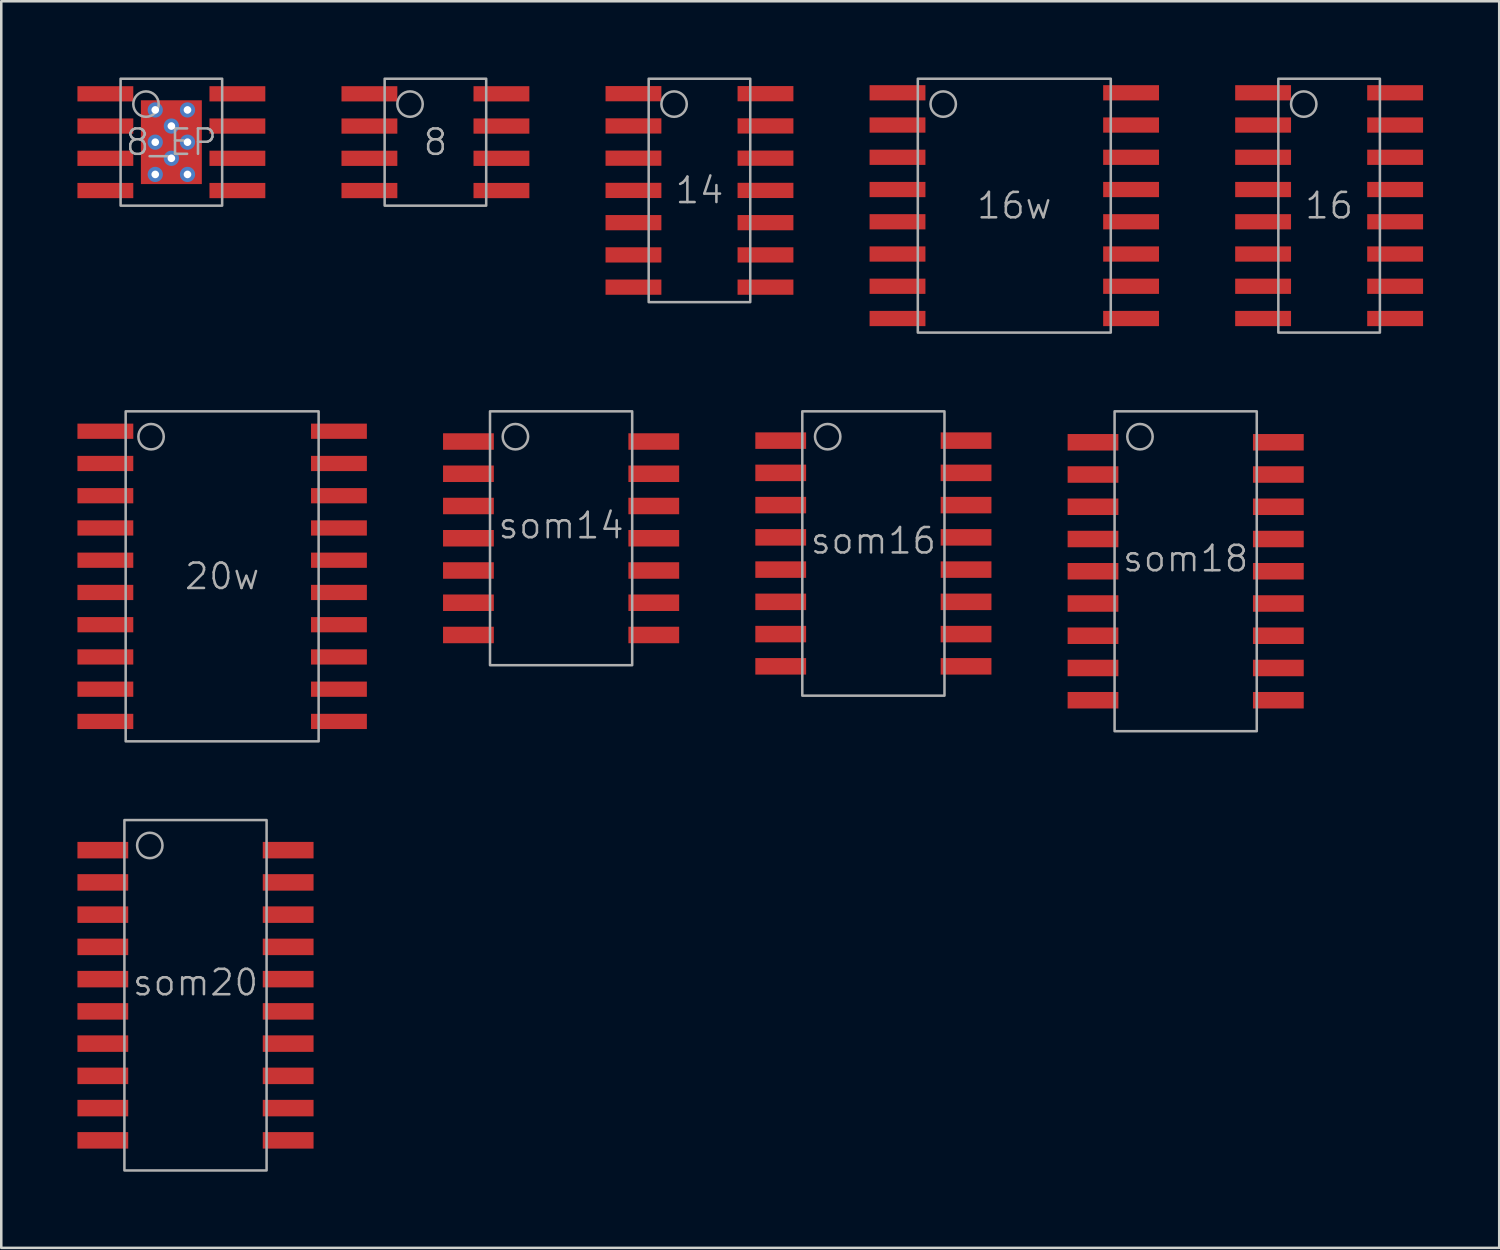
<source format=kicad_pcb>
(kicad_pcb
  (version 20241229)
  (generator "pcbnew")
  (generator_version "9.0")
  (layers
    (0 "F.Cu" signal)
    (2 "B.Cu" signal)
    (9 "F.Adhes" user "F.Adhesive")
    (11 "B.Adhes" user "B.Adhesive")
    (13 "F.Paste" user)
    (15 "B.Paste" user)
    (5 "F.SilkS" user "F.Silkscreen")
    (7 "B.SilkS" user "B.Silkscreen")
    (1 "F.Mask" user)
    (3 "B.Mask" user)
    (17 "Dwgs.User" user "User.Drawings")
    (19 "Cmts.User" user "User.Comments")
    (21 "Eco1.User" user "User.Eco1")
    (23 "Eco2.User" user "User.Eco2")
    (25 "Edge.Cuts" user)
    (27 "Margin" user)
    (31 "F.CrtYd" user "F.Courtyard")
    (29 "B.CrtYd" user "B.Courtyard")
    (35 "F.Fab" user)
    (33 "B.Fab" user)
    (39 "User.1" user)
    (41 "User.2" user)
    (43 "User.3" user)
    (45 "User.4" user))
  (footprint "8"
    (layer "F.Cu")
    (at 14.1 2.55)
    (property "Reference" "8" (at 0 0 0) (unlocked yes) (layer "F.Fab") (effects (font (size 1 1) (thickness 0.1))))
    (attr smd)
    (fp_rect (start -2 2.5) (end 2 -2.5) (stroke (width 0.1) (type default)) (fill no) (layer "F.Fab"))
    (fp_circle (center -1 -1.5) (end -0.5 -1.5) (stroke (width 0.1) (type default)) (fill no) (layer "F.Fab"))
    (pad "1" smd rect (at -2.6 -1.905) (size 2.2 0.6) (layers "F.Cu" "F.Mask" "F.Paste"))
    (pad "2" smd rect (at -2.6 -0.635) (size 2.2 0.6) (layers "F.Cu" "F.Mask" "F.Paste"))
    (pad "3" smd rect (at -2.6 0.635) (size 2.2 0.6) (layers "F.Cu" "F.Mask" "F.Paste"))
    (pad "4" smd rect (at -2.6 1.905) (size 2.2 0.6) (layers "F.Cu" "F.Mask" "F.Paste"))
    (pad "5" smd rect (at 2.6 1.905) (size 2.2 0.6) (layers "F.Cu" "F.Mask" "F.Paste"))
    (pad "6" smd rect (at 2.6 0.635) (size 2.2 0.6) (layers "F.Cu" "F.Mask" "F.Paste"))
    (pad "7" smd rect (at 2.6 -0.635) (size 2.2 0.6) (layers "F.Cu" "F.Mask" "F.Paste"))
    (pad "8" smd rect (at 2.6 -1.905) (size 2.2 0.6) (layers "F.Cu" "F.Mask" "F.Paste")))
  (footprint "14"
    (layer "F.Cu")
    (at 24.5 4.45)
    (property "Reference" "14" (at 0 0 0) (unlocked yes) (layer "F.Fab") (effects (font (size 1 1) (thickness 0.1))))
    (attr smd)
    (fp_rect (start -2 4.4) (end 2 -4.4) (stroke (width 0.1) (type default)) (fill no) (layer "F.Fab"))
    (fp_circle (center -1 -3.4) (end -0.5 -3.4) (stroke (width 0.1) (type default)) (fill no) (layer "F.Fab"))
    (pad "1" smd rect (at -2.6 -3.81) (size 2.2 0.6) (layers "F.Cu" "F.Mask" "F.Paste"))
    (pad "2" smd rect (at -2.6 -2.54) (size 2.2 0.6) (layers "F.Cu" "F.Mask" "F.Paste"))
    (pad "3" smd rect (at -2.6 -1.27) (size 2.2 0.6) (layers "F.Cu" "F.Mask" "F.Paste"))
    (pad "4" smd rect (at -2.6 0) (size 2.2 0.6) (layers "F.Cu" "F.Mask" "F.Paste"))
    (pad "5" smd rect (at -2.6 1.27) (size 2.2 0.6) (layers "F.Cu" "F.Mask" "F.Paste"))
    (pad "6" smd rect (at -2.6 2.54) (size 2.2 0.6) (layers "F.Cu" "F.Mask" "F.Paste"))
    (pad "7" smd rect (at -2.6 3.81) (size 2.2 0.6) (layers "F.Cu" "F.Mask" "F.Paste"))
    (pad "8" smd rect (at 2.6 3.81) (size 2.2 0.6) (layers "F.Cu" "F.Mask" "F.Paste"))
    (pad "9" smd rect (at 2.6 2.54) (size 2.2 0.6) (layers "F.Cu" "F.Mask" "F.Paste"))
    (pad "10" smd rect (at 2.6 1.27) (size 2.2 0.6) (layers "F.Cu" "F.Mask" "F.Paste"))
    (pad "11" smd rect (at 2.6 0) (size 2.2 0.6) (layers "F.Cu" "F.Mask" "F.Paste"))
    (pad "12" smd rect (at 2.6 -1.27) (size 2.2 0.6) (layers "F.Cu" "F.Mask" "F.Paste"))
    (pad "13" smd rect (at 2.6 -2.54) (size 2.2 0.6) (layers "F.Cu" "F.Mask" "F.Paste"))
    (pad "14" smd rect (at 2.6 -3.81) (size 2.2 0.6) (layers "F.Cu" "F.Mask" "F.Paste")))
  (footprint "som14"
    (layer "F.Cu")
    (at 19.05 18.15)
    (property "Reference" "som14" (at 0 -0.5 0) (unlocked yes) (layer "F.Fab") (effects (font (size 1 1) (thickness 0.1))))
    (attr smd)
    (fp_rect (start -2.8 5) (end 2.8 -5) (stroke (width 0.1) (type default)) (fill no) (layer "F.Fab"))
    (fp_circle (center -1.8 -4) (end -1.3 -4) (stroke (width 0.1) (type default)) (fill no) (layer "F.Fab"))
    (pad "1" smd rect (at -3.65 -3.81) (size 2 0.65) (layers "F.Cu" "F.Mask" "F.Paste"))
    (pad "2" smd rect (at -3.65 -2.54) (size 2 0.65) (layers "F.Cu" "F.Mask" "F.Paste"))
    (pad "3" smd rect (at -3.65 -1.27) (size 2 0.65) (layers "F.Cu" "F.Mask" "F.Paste"))
    (pad "4" smd rect (at -3.65 0) (size 2 0.65) (layers "F.Cu" "F.Mask" "F.Paste"))
    (pad "5" smd rect (at -3.65 1.27) (size 2 0.65) (layers "F.Cu" "F.Mask" "F.Paste"))
    (pad "6" smd rect (at -3.65 2.54) (size 2 0.65) (layers "F.Cu" "F.Mask" "F.Paste"))
    (pad "7" smd rect (at -3.65 3.81) (size 2 0.65) (layers "F.Cu" "F.Mask" "F.Paste"))
    (pad "8" smd rect (at 3.65 3.81) (size 2 0.65) (layers "F.Cu" "F.Mask" "F.Paste"))
    (pad "9" smd rect (at 3.65 2.54) (size 2 0.65) (layers "F.Cu" "F.Mask" "F.Paste"))
    (pad "10" smd rect (at 3.65 1.27) (size 2 0.65) (layers "F.Cu" "F.Mask" "F.Paste"))
    (pad "11" smd rect (at 3.65 0) (size 2 0.65) (layers "F.Cu" "F.Mask" "F.Paste"))
    (pad "12" smd rect (at 3.65 -1.27) (size 2 0.65) (layers "F.Cu" "F.Mask" "F.Paste"))
    (pad "13" smd rect (at 3.65 -2.54) (size 2 0.65) (layers "F.Cu" "F.Mask" "F.Paste"))
    (pad "14" smd rect (at 3.65 -3.81) (size 2 0.65) (layers "F.Cu" "F.Mask" "F.Paste")))
  (footprint "16w"
    (layer "F.Cu")
    (at 36.9 5.05)
    (property "Reference" "16w" (at 0 0 0) (unlocked yes) (layer "F.Fab") (effects (font (size 1 1) (thickness 0.1))))
    (attr smd)
    (fp_rect (start -3.8 5) (end 3.8 -5) (stroke (width 0.1) (type default)) (fill no) (layer "F.Fab"))
    (fp_circle (center -2.8 -4) (end -2.3 -4) (stroke (width 0.1) (type default)) (fill no) (layer "F.Fab"))
    (pad "1" smd rect (at -4.6 -4.445) (size 2.2 0.6) (layers "F.Cu" "F.Mask" "F.Paste"))
    (pad "2" smd rect (at -4.6 -3.175) (size 2.2 0.6) (layers "F.Cu" "F.Mask" "F.Paste"))
    (pad "3" smd rect (at -4.6 -1.905) (size 2.2 0.6) (layers "F.Cu" "F.Mask" "F.Paste"))
    (pad "4" smd rect (at -4.6 -0.635) (size 2.2 0.6) (layers "F.Cu" "F.Mask" "F.Paste"))
    (pad "5" smd rect (at -4.6 0.635) (size 2.2 0.6) (layers "F.Cu" "F.Mask" "F.Paste"))
    (pad "6" smd rect (at -4.6 1.905) (size 2.2 0.6) (layers "F.Cu" "F.Mask" "F.Paste"))
    (pad "7" smd rect (at -4.6 3.175) (size 2.2 0.6) (layers "F.Cu" "F.Mask" "F.Paste"))
    (pad "8" smd rect (at -4.6 4.445) (size 2.2 0.6) (layers "F.Cu" "F.Mask" "F.Paste"))
    (pad "9" smd rect (at 4.6 4.445) (size 2.2 0.6) (layers "F.Cu" "F.Mask" "F.Paste"))
    (pad "10" smd rect (at 4.6 3.175) (size 2.2 0.6) (layers "F.Cu" "F.Mask" "F.Paste"))
    (pad "11" smd rect (at 4.6 1.905) (size 2.2 0.6) (layers "F.Cu" "F.Mask" "F.Paste"))
    (pad "12" smd rect (at 4.6 0.635) (size 2.2 0.6) (layers "F.Cu" "F.Mask" "F.Paste"))
    (pad "13" smd rect (at 4.6 -0.635) (size 2.2 0.6) (layers "F.Cu" "F.Mask" "F.Paste"))
    (pad "14" smd rect (at 4.6 -1.905) (size 2.2 0.6) (layers "F.Cu" "F.Mask" "F.Paste"))
    (pad "15" smd rect (at 4.6 -3.175) (size 2.2 0.6) (layers "F.Cu" "F.Mask" "F.Paste"))
    (pad "16" smd rect (at 4.6 -4.445) (size 2.2 0.6) (layers "F.Cu" "F.Mask" "F.Paste")))
  (footprint "16"
    (layer "F.Cu")
    (at 49.3 5.05)
    (property "Reference" "16" (at 0 0 0) (unlocked yes) (layer "F.Fab") (effects (font (size 1 1) (thickness 0.1))))
    (attr smd)
    (fp_rect (start -2 5) (end 2 -5) (stroke (width 0.1) (type default)) (fill no) (layer "F.Fab"))
    (fp_circle (center -1 -4) (end -0.5 -4) (stroke (width 0.1) (type default)) (fill no) (layer "F.Fab"))
    (pad "1" smd rect (at -2.6 -4.445) (size 2.2 0.6) (layers "F.Cu" "F.Mask" "F.Paste"))
    (pad "2" smd rect (at -2.6 -3.175) (size 2.2 0.6) (layers "F.Cu" "F.Mask" "F.Paste"))
    (pad "3" smd rect (at -2.6 -1.905) (size 2.2 0.6) (layers "F.Cu" "F.Mask" "F.Paste"))
    (pad "4" smd rect (at -2.6 -0.635) (size 2.2 0.6) (layers "F.Cu" "F.Mask" "F.Paste"))
    (pad "5" smd rect (at -2.6 0.635) (size 2.2 0.6) (layers "F.Cu" "F.Mask" "F.Paste"))
    (pad "6" smd rect (at -2.6 1.905) (size 2.2 0.6) (layers "F.Cu" "F.Mask" "F.Paste"))
    (pad "7" smd rect (at -2.6 3.175) (size 2.2 0.6) (layers "F.Cu" "F.Mask" "F.Paste"))
    (pad "8" smd rect (at -2.6 4.445) (size 2.2 0.6) (layers "F.Cu" "F.Mask" "F.Paste"))
    (pad "9" smd rect (at 2.6 4.445) (size 2.2 0.6) (layers "F.Cu" "F.Mask" "F.Paste"))
    (pad "10" smd rect (at 2.6 3.175) (size 2.2 0.6) (layers "F.Cu" "F.Mask" "F.Paste"))
    (pad "11" smd rect (at 2.6 1.905) (size 2.2 0.6) (layers "F.Cu" "F.Mask" "F.Paste"))
    (pad "12" smd rect (at 2.6 0.635) (size 2.2 0.6) (layers "F.Cu" "F.Mask" "F.Paste"))
    (pad "13" smd rect (at 2.6 -0.635) (size 2.2 0.6) (layers "F.Cu" "F.Mask" "F.Paste"))
    (pad "14" smd rect (at 2.6 -1.905) (size 2.2 0.6) (layers "F.Cu" "F.Mask" "F.Paste"))
    (pad "15" smd rect (at 2.6 -3.175) (size 2.2 0.6) (layers "F.Cu" "F.Mask" "F.Paste"))
    (pad "16" smd rect (at 2.6 -4.445) (size 2.2 0.6) (layers "F.Cu" "F.Mask" "F.Paste")))
  (footprint "som18"
    (layer "F.Cu")
    (at 43.65 19.45)
    (property "Reference" "som18" (at 0 -0.5 0) (unlocked yes) (layer "F.Fab") (effects (font (size 1 1) (thickness 0.1))))
    (attr smd)
    (fp_rect (start -2.8 6.3) (end 2.8 -6.3) (stroke (width 0.1) (type default)) (fill no) (layer "F.Fab"))
    (fp_circle (center -1.8 -5.3) (end -1.3 -5.3) (stroke (width 0.1) (type default)) (fill no) (layer "F.Fab"))
    (pad "1" smd rect (at -3.65 -5.08) (size 2 0.65) (layers "F.Cu" "F.Mask" "F.Paste"))
    (pad "2" smd rect (at -3.65 -3.81) (size 2 0.65) (layers "F.Cu" "F.Mask" "F.Paste"))
    (pad "3" smd rect (at -3.65 -2.54) (size 2 0.65) (layers "F.Cu" "F.Mask" "F.Paste"))
    (pad "4" smd rect (at -3.65 -1.27) (size 2 0.65) (layers "F.Cu" "F.Mask" "F.Paste"))
    (pad "5" smd rect (at -3.65 0) (size 2 0.65) (layers "F.Cu" "F.Mask" "F.Paste"))
    (pad "6" smd rect (at -3.65 1.27) (size 2 0.65) (layers "F.Cu" "F.Mask" "F.Paste"))
    (pad "7" smd rect (at -3.65 2.54) (size 2 0.65) (layers "F.Cu" "F.Mask" "F.Paste"))
    (pad "8" smd rect (at -3.65 3.81) (size 2 0.65) (layers "F.Cu" "F.Mask" "F.Paste"))
    (pad "9" smd rect (at -3.65 5.08) (size 2 0.65) (layers "F.Cu" "F.Mask" "F.Paste"))
    (pad "10" smd rect (at 3.65 5.08) (size 2 0.65) (layers "F.Cu" "F.Mask" "F.Paste"))
    (pad "11" smd rect (at 3.65 3.81) (size 2 0.65) (layers "F.Cu" "F.Mask" "F.Paste"))
    (pad "12" smd rect (at 3.65 2.54) (size 2 0.65) (layers "F.Cu" "F.Mask" "F.Paste"))
    (pad "13" smd rect (at 3.65 1.27) (size 2 0.65) (layers "F.Cu" "F.Mask" "F.Paste"))
    (pad "14" smd rect (at 3.65 0) (size 2 0.65) (layers "F.Cu" "F.Mask" "F.Paste"))
    (pad "15" smd rect (at 3.65 -1.27) (size 2 0.65) (layers "F.Cu" "F.Mask" "F.Paste"))
    (pad "16" smd rect (at 3.65 -2.54) (size 2 0.65) (layers "F.Cu" "F.Mask" "F.Paste"))
    (pad "17" smd rect (at 3.65 -3.81) (size 2 0.65) (layers "F.Cu" "F.Mask" "F.Paste"))
    (pad "18" smd rect (at 3.65 -5.08) (size 2 0.65) (layers "F.Cu" "F.Mask" "F.Paste")))
  (footprint "som20"
    (layer "F.Cu")
    (at 4.65 36.15)
    (property "Reference" "som20" (at 0 -0.5 0) (unlocked yes) (layer "F.Fab") (effects (font (size 1 1) (thickness 0.1))))
    (attr smd)
    (fp_rect (start -2.8 6.9) (end 2.8 -6.9) (stroke (width 0.1) (type default)) (fill no) (layer "F.Fab"))
    (fp_circle (center -1.8 -5.9) (end -1.3 -5.9) (stroke (width 0.1) (type default)) (fill no) (layer "F.Fab"))
    (pad "1" smd rect (at -3.65 -5.715) (size 2 0.65) (layers "F.Cu" "F.Mask" "F.Paste"))
    (pad "2" smd rect (at -3.65 -4.445) (size 2 0.65) (layers "F.Cu" "F.Mask" "F.Paste"))
    (pad "3" smd rect (at -3.65 -3.175) (size 2 0.65) (layers "F.Cu" "F.Mask" "F.Paste"))
    (pad "4" smd rect (at -3.65 -1.905) (size 2 0.65) (layers "F.Cu" "F.Mask" "F.Paste"))
    (pad "5" smd rect (at -3.65 -0.635) (size 2 0.65) (layers "F.Cu" "F.Mask" "F.Paste"))
    (pad "6" smd rect (at -3.65 0.635) (size 2 0.65) (layers "F.Cu" "F.Mask" "F.Paste"))
    (pad "7" smd rect (at -3.65 1.905) (size 2 0.65) (layers "F.Cu" "F.Mask" "F.Paste"))
    (pad "8" smd rect (at -3.65 3.175) (size 2 0.65) (layers "F.Cu" "F.Mask" "F.Paste"))
    (pad "9" smd rect (at -3.65 4.445) (size 2 0.65) (layers "F.Cu" "F.Mask" "F.Paste"))
    (pad "10" smd rect (at -3.65 5.715) (size 2 0.65) (layers "F.Cu" "F.Mask" "F.Paste"))
    (pad "11" smd rect (at 3.65 5.715) (size 2 0.65) (layers "F.Cu" "F.Mask" "F.Paste"))
    (pad "12" smd rect (at 3.65 4.445) (size 2 0.65) (layers "F.Cu" "F.Mask" "F.Paste"))
    (pad "13" smd rect (at 3.65 3.175) (size 2 0.65) (layers "F.Cu" "F.Mask" "F.Paste"))
    (pad "14" smd rect (at 3.65 1.905) (size 2 0.65) (layers "F.Cu" "F.Mask" "F.Paste"))
    (pad "15" smd rect (at 3.65 0.635) (size 2 0.65) (layers "F.Cu" "F.Mask" "F.Paste"))
    (pad "16" smd rect (at 3.65 -0.635) (size 2 0.65) (layers "F.Cu" "F.Mask" "F.Paste"))
    (pad "17" smd rect (at 3.65 -1.905) (size 2 0.65) (layers "F.Cu" "F.Mask" "F.Paste"))
    (pad "18" smd rect (at 3.65 -3.175) (size 2 0.65) (layers "F.Cu" "F.Mask" "F.Paste"))
    (pad "19" smd rect (at 3.65 -4.445) (size 2 0.65) (layers "F.Cu" "F.Mask" "F.Paste"))
    (pad "20" smd rect (at 3.65 -5.715) (size 2 0.65) (layers "F.Cu" "F.Mask" "F.Paste")))
  (footprint "20w"
    (layer "F.Cu")
    (at 5.7 19.65)
    (property "Reference" "20w" (at 0 0 0) (unlocked yes) (layer "F.Fab") (effects (font (size 1 1) (thickness 0.1))))
    (attr smd)
    (fp_rect (start -3.8 6.5) (end 3.8 -6.5) (stroke (width 0.1) (type default)) (fill no) (layer "F.Fab"))
    (fp_circle (center -2.8 -5.5) (end -2.3 -5.5) (stroke (width 0.1) (type default)) (fill no) (layer "F.Fab"))
    (pad "1" smd rect (at -4.6 -5.715) (size 2.2 0.6) (layers "F.Cu" "F.Mask" "F.Paste"))
    (pad "2" smd rect (at -4.6 -4.445) (size 2.2 0.6) (layers "F.Cu" "F.Mask" "F.Paste"))
    (pad "3" smd rect (at -4.6 -3.175) (size 2.2 0.6) (layers "F.Cu" "F.Mask" "F.Paste"))
    (pad "4" smd rect (at -4.6 -1.905) (size 2.2 0.6) (layers "F.Cu" "F.Mask" "F.Paste"))
    (pad "5" smd rect (at -4.6 -0.635) (size 2.2 0.6) (layers "F.Cu" "F.Mask" "F.Paste"))
    (pad "6" smd rect (at -4.6 0.635) (size 2.2 0.6) (layers "F.Cu" "F.Mask" "F.Paste"))
    (pad "7" smd rect (at -4.6 1.905) (size 2.2 0.6) (layers "F.Cu" "F.Mask" "F.Paste"))
    (pad "8" smd rect (at -4.6 3.175) (size 2.2 0.6) (layers "F.Cu" "F.Mask" "F.Paste"))
    (pad "9" smd rect (at -4.6 4.445) (size 2.2 0.6) (layers "F.Cu" "F.Mask" "F.Paste"))
    (pad "10" smd rect (at -4.6 5.715) (size 2.2 0.6) (layers "F.Cu" "F.Mask" "F.Paste"))
    (pad "11" smd rect (at 4.6 5.715) (size 2.2 0.6) (layers "F.Cu" "F.Mask" "F.Paste"))
    (pad "12" smd rect (at 4.6 4.445) (size 2.2 0.6) (layers "F.Cu" "F.Mask" "F.Paste"))
    (pad "13" smd rect (at 4.6 3.175) (size 2.2 0.6) (layers "F.Cu" "F.Mask" "F.Paste"))
    (pad "14" smd rect (at 4.6 1.905) (size 2.2 0.6) (layers "F.Cu" "F.Mask" "F.Paste"))
    (pad "15" smd rect (at 4.6 0.635) (size 2.2 0.6) (layers "F.Cu" "F.Mask" "F.Paste"))
    (pad "16" smd rect (at 4.6 -0.635) (size 2.2 0.6) (layers "F.Cu" "F.Mask" "F.Paste"))
    (pad "17" smd rect (at 4.6 -1.905) (size 2.2 0.6) (layers "F.Cu" "F.Mask" "F.Paste"))
    (pad "18" smd rect (at 4.6 -3.175) (size 2.2 0.6) (layers "F.Cu" "F.Mask" "F.Paste"))
    (pad "19" smd rect (at 4.6 -4.445) (size 2.2 0.6) (layers "F.Cu" "F.Mask" "F.Paste"))
    (pad "20" smd rect (at 4.6 -5.715) (size 2.2 0.6) (layers "F.Cu" "F.Mask" "F.Paste")))
  (footprint "8_EP"
    (layer "F.Cu")
    (at 3.7 2.55)
    (property "Reference" "8_EP" (at 0 0 0) (unlocked yes) (layer "F.Fab") (effects (font (size 1 1) (thickness 0.1))))
    (attr smd)
    (fp_rect (start -2 2.5) (end 2 -2.5) (stroke (width 0.1) (type default)) (fill no) (layer "F.Fab"))
    (fp_circle (center -1 -1.5) (end -0.5 -1.5) (stroke (width 0.1) (type default)) (fill no) (layer "F.Fab"))
    (pad "1" smd rect (at -2.6 -1.905) (size 2.2 0.6) (layers "F.Cu" "F.Mask" "F.Paste"))
    (pad "2" smd rect (at -2.6 -0.635) (size 2.2 0.6) (layers "F.Cu" "F.Mask" "F.Paste"))
    (pad "3" smd rect (at -2.6 0.635) (size 2.2 0.6) (layers "F.Cu" "F.Mask" "F.Paste"))
    (pad "4" smd rect (at -2.6 1.905) (size 2.2 0.6) (layers "F.Cu" "F.Mask" "F.Paste"))
    (pad "5" smd rect (at 2.6 1.905) (size 2.2 0.6) (layers "F.Cu" "F.Mask" "F.Paste"))
    (pad "6" smd rect (at 2.6 0.635) (size 2.2 0.6) (layers "F.Cu" "F.Mask" "F.Paste"))
    (pad "7" smd rect (at 2.6 -0.635) (size 2.2 0.6) (layers "F.Cu" "F.Mask" "F.Paste"))
    (pad "8" smd rect (at 2.6 -1.905) (size 2.2 0.6) (layers "F.Cu" "F.Mask" "F.Paste"))
    (pad "9" thru_hole circle (at -0.635 -1.27) (size 0.6 0.6) (drill 0.3) (layers "*.Cu" "*.Mask"))
    (pad "9" thru_hole circle (at -0.635 0) (size 0.6 0.6) (drill 0.3) (layers "*.Cu" "*.Mask"))
    (pad "9" thru_hole circle (at -0.635 1.27) (size 0.6 0.6) (drill 0.3) (layers "*.Cu" "*.Mask"))
    (pad "9" thru_hole circle (at 0 -0.635) (size 0.6 0.6) (drill 0.3) (layers "*.Cu" "*.Mask"))
    (pad "9" smd rect (at 0 0) (size 2.4 3.3) (layers "F.Cu" "F.Mask" "F.Paste"))
    (pad "9" thru_hole circle (at 0 0.635) (size 0.6 0.6) (drill 0.3) (layers "*.Cu" "*.Mask"))
    (pad "9" thru_hole circle (at 0.635 -1.27) (size 0.6 0.6) (drill 0.3) (layers "*.Cu" "*.Mask"))
    (pad "9" thru_hole circle (at 0.635 0) (size 0.6 0.6) (drill 0.3) (layers "*.Cu" "*.Mask"))
    (pad "9" thru_hole circle (at 0.635 1.27) (size 0.6 0.6) (drill 0.3) (layers "*.Cu" "*.Mask")))
  (footprint "som16"
    (layer "F.Cu")
    (at 31.35 18.75)
    (property "Reference" "som16" (at 0 -0.5 0) (unlocked yes) (layer "F.Fab") (effects (font (size 1 1) (thickness 0.1))))
    (attr smd)
    (fp_rect (start -2.8 5.6) (end 2.8 -5.6) (stroke (width 0.1) (type default)) (fill no) (layer "F.Fab"))
    (fp_circle (center -1.8 -4.6) (end -1.3 -4.6) (stroke (width 0.1) (type default)) (fill no) (layer "F.Fab"))
    (pad "1" smd rect (at -3.65 -4.445) (size 2 0.65) (layers "F.Cu" "F.Mask" "F.Paste"))
    (pad "2" smd rect (at -3.65 -3.175) (size 2 0.65) (layers "F.Cu" "F.Mask" "F.Paste"))
    (pad "3" smd rect (at -3.65 -1.905) (size 2 0.65) (layers "F.Cu" "F.Mask" "F.Paste"))
    (pad "4" smd rect (at -3.65 -0.635) (size 2 0.65) (layers "F.Cu" "F.Mask" "F.Paste"))
    (pad "5" smd rect (at -3.65 0.635) (size 2 0.65) (layers "F.Cu" "F.Mask" "F.Paste"))
    (pad "6" smd rect (at -3.65 1.905) (size 2 0.65) (layers "F.Cu" "F.Mask" "F.Paste"))
    (pad "7" smd rect (at -3.65 3.175) (size 2 0.65) (layers "F.Cu" "F.Mask" "F.Paste"))
    (pad "8" smd rect (at -3.65 4.445) (size 2 0.65) (layers "F.Cu" "F.Mask" "F.Paste"))
    (pad "9" smd rect (at 3.65 4.445) (size 2 0.65) (layers "F.Cu" "F.Mask" "F.Paste"))
    (pad "10" smd rect (at 3.65 3.175) (size 2 0.65) (layers "F.Cu" "F.Mask" "F.Paste"))
    (pad "11" smd rect (at 3.65 1.905) (size 2 0.65) (layers "F.Cu" "F.Mask" "F.Paste"))
    (pad "12" smd rect (at 3.65 0.635) (size 2 0.65) (layers "F.Cu" "F.Mask" "F.Paste"))
    (pad "13" smd rect (at 3.65 -0.635) (size 2 0.65) (layers "F.Cu" "F.Mask" "F.Paste"))
    (pad "14" smd rect (at 3.65 -1.905) (size 2 0.65) (layers "F.Cu" "F.Mask" "F.Paste"))
    (pad "15" smd rect (at 3.65 -3.175) (size 2 0.65) (layers "F.Cu" "F.Mask" "F.Paste"))
    (pad "16" smd rect (at 3.65 -4.445) (size 2 0.65) (layers "F.Cu" "F.Mask" "F.Paste")))
  (gr_rect
    (start -3 -3)
    (end 56 46.1)
    (stroke (width 0.1) (type default))
    (fill no)
    (layer "Edge.Cuts")))
</source>
